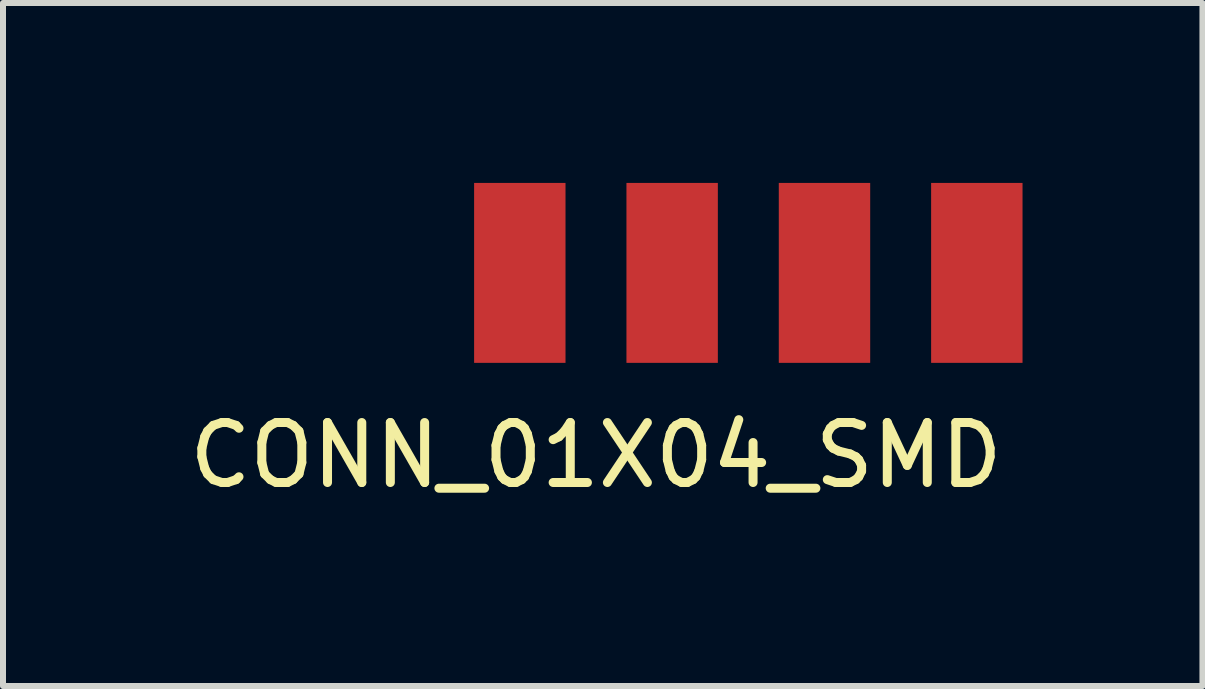
<source format=kicad_pcb>
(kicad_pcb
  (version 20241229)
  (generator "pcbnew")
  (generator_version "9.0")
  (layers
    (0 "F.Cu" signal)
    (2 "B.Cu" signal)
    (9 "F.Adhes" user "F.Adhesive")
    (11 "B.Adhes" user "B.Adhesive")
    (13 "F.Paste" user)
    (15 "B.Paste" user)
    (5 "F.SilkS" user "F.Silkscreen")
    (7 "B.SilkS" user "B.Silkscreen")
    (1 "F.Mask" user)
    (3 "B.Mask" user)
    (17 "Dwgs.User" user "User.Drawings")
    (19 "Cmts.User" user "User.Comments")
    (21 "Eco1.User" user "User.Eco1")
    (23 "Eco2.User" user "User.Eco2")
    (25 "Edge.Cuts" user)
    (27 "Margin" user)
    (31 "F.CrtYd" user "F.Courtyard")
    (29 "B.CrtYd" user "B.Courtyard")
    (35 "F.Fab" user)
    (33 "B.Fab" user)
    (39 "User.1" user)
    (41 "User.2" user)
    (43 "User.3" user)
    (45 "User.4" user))
  (footprint "CONN_01X04_SMD"
    (layer "F.Cu")
    (at 6.887 4.04)
    (property "Reference" "CONN_01X04_SMD" (at 0 0.5 0) (layer "F.SilkS") (effects (font (size 1 1) (thickness 0.15))))
    (attr through_hole)
    (pad "1" smd rect (at -1.27 -2.54) (size 1.524 3) (layers "F.Cu" "F.Mask" "F.Paste"))
    (pad "2" smd rect (at 1.27 -2.54) (size 1.524 3) (layers "F.Cu" "F.Mask" "F.Paste"))
    (pad "3" smd rect (at 3.81 -2.54) (size 1.524 3) (layers "F.Cu" "F.Mask" "F.Paste"))
    (pad "4" smd rect (at 6.35 -2.54) (size 1.524 3) (layers "F.Cu" "F.Mask" "F.Paste")))
  (gr_rect
    (start -3 -3)
    (end 16.999 8.388)
    (stroke (width 0.1) (type default))
    (fill no)
    (layer "Edge.Cuts")))
</source>
